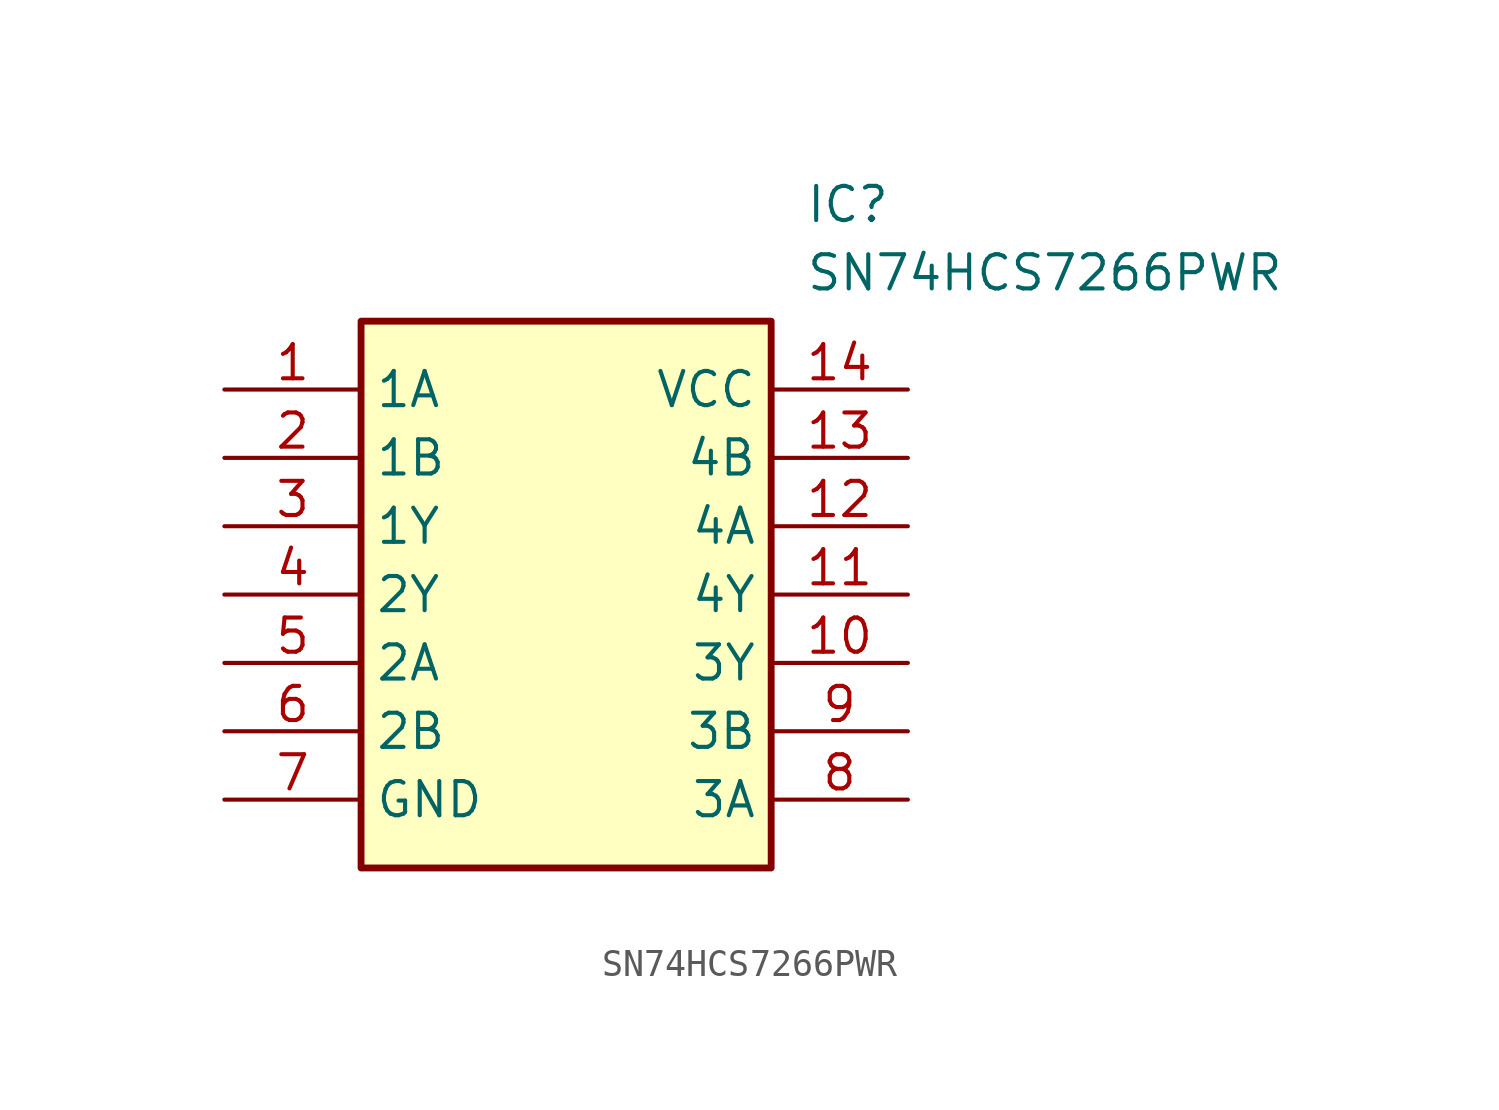
<source format=kicad_sym>
(kicad_symbol_lib
  (version 20211014)
  (generator SamacSys_ECAD_Model)
  (symbol "SN74HCS7266PWR"
    (property "Reference" "IC"
      (at 21.59 7.62 0)
      (effects (font (size 1.27 1.27)) (justify left top)))
    (property "Value" "SN74HCS7266PWR"
      (at 21.59 5.08 0)
      (effects (font (size 1.27 1.27)) (justify left top)))
    (rectangle
      (start 5.08 2.54)
      (end 20.32 -17.78)
      (stroke (width 0.254) (type default))
      (fill (type background)))
    (pin passive line
      (at 0 0 0)
      (length 5.08)
      (name "1A" (effects (font (size 1.27 1.27))))
      (number "1" (effects (font (size 1.27 1.27)))))
    (pin passive line
      (at 0 -2.54 0)
      (length 5.08)
      (name "1B" (effects (font (size 1.27 1.27))))
      (number "2" (effects (font (size 1.27 1.27)))))
    (pin passive line
      (at 0 -5.08 0)
      (length 5.08)
      (name "1Y" (effects (font (size 1.27 1.27))))
      (number "3" (effects (font (size 1.27 1.27)))))
    (pin passive line
      (at 0 -7.62 0)
      (length 5.08)
      (name "2Y" (effects (font (size 1.27 1.27))))
      (number "4" (effects (font (size 1.27 1.27)))))
    (pin passive line
      (at 0 -10.16 0)
      (length 5.08)
      (name "2A" (effects (font (size 1.27 1.27))))
      (number "5" (effects (font (size 1.27 1.27)))))
    (pin passive line
      (at 0 -12.7 0)
      (length 5.08)
      (name "2B" (effects (font (size 1.27 1.27))))
      (number "6" (effects (font (size 1.27 1.27)))))
    (pin passive line
      (at 0 -15.24 0)
      (length 5.08)
      (name "GND" (effects (font (size 1.27 1.27))))
      (number "7" (effects (font (size 1.27 1.27)))))
    (pin passive line
      (at 25.4 0 180)
      (length 5.08)
      (name "VCC" (effects (font (size 1.27 1.27))))
      (number "14" (effects (font (size 1.27 1.27)))))
    (pin passive line
      (at 25.4 -2.54 180)
      (length 5.08)
      (name "4B" (effects (font (size 1.27 1.27))))
      (number "13" (effects (font (size 1.27 1.27)))))
    (pin passive line
      (at 25.4 -5.08 180)
      (length 5.08)
      (name "4A" (effects (font (size 1.27 1.27))))
      (number "12" (effects (font (size 1.27 1.27)))))
    (pin passive line
      (at 25.4 -7.62 180)
      (length 5.08)
      (name "4Y" (effects (font (size 1.27 1.27))))
      (number "11" (effects (font (size 1.27 1.27)))))
    (pin passive line
      (at 25.4 -10.16 180)
      (length 5.08)
      (name "3Y" (effects (font (size 1.27 1.27))))
      (number "10" (effects (font (size 1.27 1.27)))))
    (pin passive line
      (at 25.4 -12.7 180)
      (length 5.08)
      (name "3B" (effects (font (size 1.27 1.27))))
      (number "9" (effects (font (size 1.27 1.27)))))
    (pin passive line
      (at 25.4 -15.24 180)
      (length 5.08)
      (name "3A" (effects (font (size 1.27 1.27))))
      (number "8" (effects (font (size 1.27 1.27)))))))
</source>
